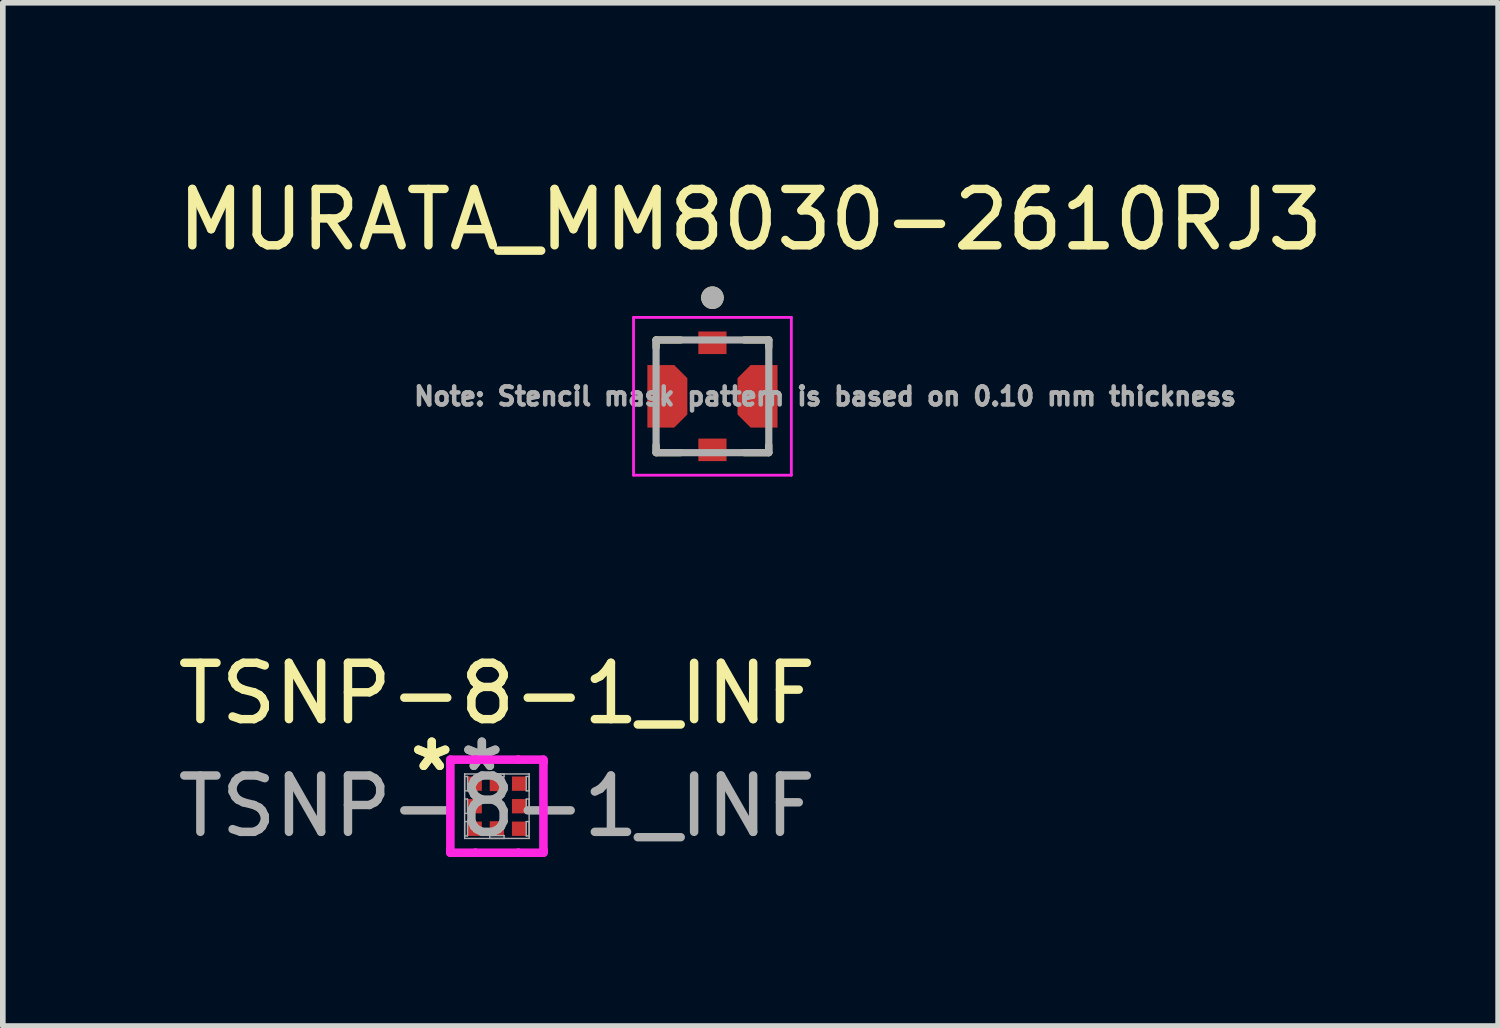
<source format=kicad_pcb>
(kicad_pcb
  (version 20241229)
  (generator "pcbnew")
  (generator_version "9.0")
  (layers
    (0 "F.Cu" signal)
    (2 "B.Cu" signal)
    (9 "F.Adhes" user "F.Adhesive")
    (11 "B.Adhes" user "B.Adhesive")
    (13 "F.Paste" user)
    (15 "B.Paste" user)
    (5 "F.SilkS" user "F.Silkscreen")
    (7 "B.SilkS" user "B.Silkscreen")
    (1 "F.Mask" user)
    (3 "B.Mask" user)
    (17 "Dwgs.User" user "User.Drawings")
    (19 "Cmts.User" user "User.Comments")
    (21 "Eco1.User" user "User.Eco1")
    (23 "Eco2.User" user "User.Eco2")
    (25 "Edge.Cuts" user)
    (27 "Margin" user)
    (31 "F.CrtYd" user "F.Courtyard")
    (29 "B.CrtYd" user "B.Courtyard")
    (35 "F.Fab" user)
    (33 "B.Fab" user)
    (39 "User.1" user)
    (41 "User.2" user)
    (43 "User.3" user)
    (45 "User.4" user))
  (footprint "MURATA_MM8030-2610RJ3"
    (layer "F.Cu")
    (at 9.593 3.983)
    (property "Reference" "MURATA_MM8030-2610RJ3" (at 0.675 -3.135 0) (layer "F.SilkS") (effects (font (size 1 1) (thickness 0.15))))
    (attr smd)
    (fp_poly (pts (xy -0.25 -1.15) (xy 0.25 -1.15) (xy 0.25 -0.75) (xy -0.25 -0.75)) (stroke (width 0.01) (type solid)) (fill yes) (layer "F.Mask"))
    (fp_poly (pts (xy -0.25 0.75) (xy 0.25 0.75) (xy 0.25 1.15) (xy -0.25 1.15)) (stroke (width 0.01) (type solid)) (fill yes) (layer "F.Mask"))
    (fp_poly (pts (xy -1.15 -0.55) (xy -1.15 0.55) (xy -0.68 0.55) (xy -0.45 0.32) (xy -0.45 -0.32) (xy -0.68 -0.55)) (stroke (width 0.01) (type solid)) (fill yes) (layer "F.Mask"))
    (fp_poly (pts (xy 1.15 0.55) (xy 1.15 -0.55) (xy 0.68 -0.55) (xy 0.45 -0.32) (xy 0.45 0.32) (xy 0.68 0.55)) (stroke (width 0.01) (type solid)) (fill yes) (layer "F.Mask"))
    (fp_line (start -1 -1) (end -1 -0.869) (stroke (width 0.127) (type solid)) (layer "F.SilkS"))
    (fp_line (start -1 -1) (end -0.564 -1) (stroke (width 0.127) (type solid)) (layer "F.SilkS"))
    (fp_line (start -1 0.869) (end -1 1) (stroke (width 0.127) (type solid)) (layer "F.SilkS"))
    (fp_line (start -1 1) (end -0.564 1) (stroke (width 0.127) (type solid)) (layer "F.SilkS"))
    (fp_line (start 1 -1) (end 0.564 -1) (stroke (width 0.127) (type solid)) (layer "F.SilkS"))
    (fp_line (start 1 -0.869) (end 1 -1) (stroke (width 0.127) (type solid)) (layer "F.SilkS"))
    (fp_line (start 1 1) (end 0.564 1) (stroke (width 0.127) (type solid)) (layer "F.SilkS"))
    (fp_line (start 1 1) (end 1 0.869) (stroke (width 0.127) (type solid)) (layer "F.SilkS"))
    (fp_circle (center 0 -1.75) (end 0.1 -1.75) (stroke (width 0.2) (type solid)) (fill no) (layer "F.SilkS"))
    (fp_poly (pts (xy -0.165 -1.15) (xy 0.165 -1.15) (xy 0.165 -0.82) (xy -0.165 -0.82)) (stroke (width 0.01) (type solid)) (fill yes) (layer "F.Paste"))
    (fp_poly (pts (xy -0.165 0.82) (xy 0.165 0.82) (xy 0.165 1.15) (xy -0.165 1.15)) (stroke (width 0.01) (type solid)) (fill yes) (layer "F.Paste"))
    (fp_poly (pts (xy -1.1 -0.5) (xy -1.1 0.5) (xy -0.68 0.5) (xy -0.59 0.41) (xy -0.59 -0.41) (xy -0.68 -0.5)) (stroke (width 0.01) (type solid)) (fill yes) (layer "F.Paste"))
    (fp_poly (pts (xy 1.1 0.5) (xy 1.1 -0.5) (xy 0.68 -0.5) (xy 0.59 -0.41) (xy 0.59 0.41) (xy 0.68 0.5)) (stroke (width 0.01) (type solid)) (fill yes) (layer "F.Paste"))
    (fp_line (start -1.4 -1.4) (end 1.4 -1.4) (stroke (width 0.05) (type solid)) (layer "F.CrtYd"))
    (fp_line (start -1.4 1.4) (end -1.4 -1.4) (stroke (width 0.05) (type solid)) (layer "F.CrtYd"))
    (fp_line (start 1.4 -1.4) (end 1.4 1.4) (stroke (width 0.05) (type solid)) (layer "F.CrtYd"))
    (fp_line (start 1.4 1.4) (end -1.4 1.4) (stroke (width 0.05) (type solid)) (layer "F.CrtYd"))
    (fp_line (start -1 -1) (end 1 -1) (stroke (width 0.127) (type solid)) (layer "F.Fab"))
    (fp_line (start -1 1) (end -1 -1) (stroke (width 0.127) (type solid)) (layer "F.Fab"))
    (fp_line (start 1 -1) (end 1 1) (stroke (width 0.127) (type solid)) (layer "F.Fab"))
    (fp_line (start 1 1) (end -1 1) (stroke (width 0.127) (type solid)) (layer "F.Fab"))
    (fp_circle (center 0 -1.75) (end 0.1 -1.75) (stroke (width 0.2) (type solid)) (fill no) (layer "F.Fab"))
    (fp_text user "Note: Stencil mask pattern is based on 0.10 mm thickness" (at 2 0 0) (layer "F.Fab") (effects (font (size 0.32 0.32) (thickness 0.15))))
    (pad "1" smd rect (at 0 -0.95) (size 0.5 0.4) (layers "F.Cu"))
    (pad "2" smd rect (at 0 0.95) (size 0.5 0.4) (layers "F.Cu"))
    (pad "3" smd custom (at -0.85 0) (size 0.5 0.5) (layers "F.Cu") (options (anchor rect)) (primitives (gr_poly (pts (xy -0.3 -0.55) (xy -0.3 0.55) (xy 0.17 0.55) (xy 0.4 0.32) (xy 0.4 -0.32) (xy 0.17 -0.55)) (width 0.01) (fill yes))))
    (pad "4" smd custom (at 0.85 0) (size 0.5 0.5) (layers "F.Cu") (options (anchor rect)) (primitives (gr_poly (pts (xy 0.3 0.55) (xy 0.3 -0.55) (xy -0.17 -0.55) (xy -0.4 -0.32) (xy -0.4 0.32) (xy -0.17 0.55)) (width 0.01) (fill yes)))))
  (footprint "TSNP-8-1_INF"
    (layer "F.Cu")
    (at 5.768 11.257)
    (property "Reference" "TSNP-8-1_INF" (at 0 -2 0) (unlocked yes) (layer "F.SilkS") (effects (font (size 1 1) (thickness 0.15))))
    (attr smd)
    (fp_line (start -0.826 -0.826) (end -0.381 -0.826) (stroke (width 0.152) (type solid)) (layer "F.CrtYd"))
    (fp_line (start -0.826 -0.781) (end -0.826 -0.826) (stroke (width 0.152) (type solid)) (layer "F.CrtYd"))
    (fp_line (start -0.826 -0.781) (end -0.826 -0.781) (stroke (width 0.152) (type solid)) (layer "F.CrtYd"))
    (fp_line (start -0.826 0.781) (end -0.826 -0.781) (stroke (width 0.152) (type solid)) (layer "F.CrtYd"))
    (fp_line (start -0.826 0.781) (end -0.826 0.781) (stroke (width 0.152) (type solid)) (layer "F.CrtYd"))
    (fp_line (start -0.826 0.826) (end -0.826 0.781) (stroke (width 0.152) (type solid)) (layer "F.CrtYd"))
    (fp_line (start -0.381 -0.826) (end -0.381 -0.826) (stroke (width 0.152) (type solid)) (layer "F.CrtYd"))
    (fp_line (start -0.381 -0.826) (end 0.381 -0.826) (stroke (width 0.152) (type solid)) (layer "F.CrtYd"))
    (fp_line (start -0.381 0.826) (end -0.826 0.826) (stroke (width 0.152) (type solid)) (layer "F.CrtYd"))
    (fp_line (start -0.381 0.826) (end -0.381 0.826) (stroke (width 0.152) (type solid)) (layer "F.CrtYd"))
    (fp_line (start 0.381 -0.826) (end 0.381 -0.826) (stroke (width 0.152) (type solid)) (layer "F.CrtYd"))
    (fp_line (start 0.381 -0.826) (end 0.826 -0.826) (stroke (width 0.152) (type solid)) (layer "F.CrtYd"))
    (fp_line (start 0.381 0.826) (end -0.381 0.826) (stroke (width 0.152) (type solid)) (layer "F.CrtYd"))
    (fp_line (start 0.381 0.826) (end 0.381 0.826) (stroke (width 0.152) (type solid)) (layer "F.CrtYd"))
    (fp_line (start 0.826 -0.826) (end 0.826 -0.781) (stroke (width 0.152) (type solid)) (layer "F.CrtYd"))
    (fp_line (start 0.826 -0.781) (end 0.826 -0.781) (stroke (width 0.152) (type solid)) (layer "F.CrtYd"))
    (fp_line (start 0.826 -0.781) (end 0.826 0.781) (stroke (width 0.152) (type solid)) (layer "F.CrtYd"))
    (fp_line (start 0.826 0.781) (end 0.826 0.781) (stroke (width 0.152) (type solid)) (layer "F.CrtYd"))
    (fp_line (start 0.826 0.781) (end 0.826 0.826) (stroke (width 0.152) (type solid)) (layer "F.CrtYd"))
    (fp_line (start 0.826 0.826) (end 0.381 0.826) (stroke (width 0.152) (type solid)) (layer "F.CrtYd"))
    (fp_line (start -0.572 -0.572) (end -0.572 -0.572) (stroke (width 0.025) (type solid)) (layer "F.Fab"))
    (fp_line (start -0.572 -0.572) (end -0.572 0.572) (stroke (width 0.025) (type solid)) (layer "F.Fab"))
    (fp_line (start -0.572 -0.527) (end -0.521 -0.527) (stroke (width 0.025) (type solid)) (layer "F.Fab"))
    (fp_line (start -0.572 -0.273) (end -0.572 -0.527) (stroke (width 0.025) (type solid)) (layer "F.Fab"))
    (fp_line (start -0.572 -0.127) (end -0.521 -0.127) (stroke (width 0.025) (type solid)) (layer "F.Fab"))
    (fp_line (start -0.572 0.127) (end -0.572 -0.127) (stroke (width 0.025) (type solid)) (layer "F.Fab"))
    (fp_line (start -0.572 0.273) (end -0.521 0.273) (stroke (width 0.025) (type solid)) (layer "F.Fab"))
    (fp_line (start -0.572 0.527) (end -0.572 0.273) (stroke (width 0.025) (type solid)) (layer "F.Fab"))
    (fp_line (start -0.572 0.572) (end -0.572 0.572) (stroke (width 0.025) (type solid)) (layer "F.Fab"))
    (fp_line (start -0.572 0.572) (end 0.572 0.572) (stroke (width 0.025) (type solid)) (layer "F.Fab"))
    (fp_line (start -0.521 -0.527) (end -0.521 -0.273) (stroke (width 0.025) (type solid)) (layer "F.Fab"))
    (fp_line (start -0.521 -0.273) (end -0.572 -0.273) (stroke (width 0.025) (type solid)) (layer "F.Fab"))
    (fp_line (start -0.521 -0.127) (end -0.521 0.127) (stroke (width 0.025) (type solid)) (layer "F.Fab"))
    (fp_line (start -0.521 0.127) (end -0.572 0.127) (stroke (width 0.025) (type solid)) (layer "F.Fab"))
    (fp_line (start -0.521 0.273) (end -0.521 0.527) (stroke (width 0.025) (type solid)) (layer "F.Fab"))
    (fp_line (start -0.521 0.527) (end -0.572 0.527) (stroke (width 0.025) (type solid)) (layer "F.Fab"))
    (fp_line (start -0.127 -0.572) (end 0.127 -0.572) (stroke (width 0.025) (type solid)) (layer "F.Fab"))
    (fp_line (start -0.127 -0.521) (end -0.127 -0.572) (stroke (width 0.025) (type solid)) (layer "F.Fab"))
    (fp_line (start -0.127 0.521) (end 0.127 0.521) (stroke (width 0.025) (type solid)) (layer "F.Fab"))
    (fp_line (start -0.127 0.572) (end -0.127 0.521) (stroke (width 0.025) (type solid)) (layer "F.Fab"))
    (fp_line (start 0.127 -0.572) (end 0.127 -0.521) (stroke (width 0.025) (type solid)) (layer "F.Fab"))
    (fp_line (start 0.127 -0.521) (end -0.127 -0.521) (stroke (width 0.025) (type solid)) (layer "F.Fab"))
    (fp_line (start 0.127 0.521) (end 0.127 0.572) (stroke (width 0.025) (type solid)) (layer "F.Fab"))
    (fp_line (start 0.127 0.572) (end -0.127 0.572) (stroke (width 0.025) (type solid)) (layer "F.Fab"))
    (fp_line (start 0.521 -0.527) (end 0.572 -0.527) (stroke (width 0.025) (type solid)) (layer "F.Fab"))
    (fp_line (start 0.521 -0.273) (end 0.521 -0.527) (stroke (width 0.025) (type solid)) (layer "F.Fab"))
    (fp_line (start 0.521 -0.127) (end 0.572 -0.127) (stroke (width 0.025) (type solid)) (layer "F.Fab"))
    (fp_line (start 0.521 0.127) (end 0.521 -0.127) (stroke (width 0.025) (type solid)) (layer "F.Fab"))
    (fp_line (start 0.521 0.273) (end 0.572 0.273) (stroke (width 0.025) (type solid)) (layer "F.Fab"))
    (fp_line (start 0.521 0.527) (end 0.521 0.273) (stroke (width 0.025) (type solid)) (layer "F.Fab"))
    (fp_line (start 0.572 -0.572) (end -0.572 -0.572) (stroke (width 0.025) (type solid)) (layer "F.Fab"))
    (fp_line (start 0.572 -0.572) (end 0.572 -0.572) (stroke (width 0.025) (type solid)) (layer "F.Fab"))
    (fp_line (start 0.572 -0.527) (end 0.572 -0.273) (stroke (width 0.025) (type solid)) (layer "F.Fab"))
    (fp_line (start 0.572 -0.273) (end 0.521 -0.273) (stroke (width 0.025) (type solid)) (layer "F.Fab"))
    (fp_line (start 0.572 -0.127) (end 0.572 0.127) (stroke (width 0.025) (type solid)) (layer "F.Fab"))
    (fp_line (start 0.572 0.127) (end 0.521 0.127) (stroke (width 0.025) (type solid)) (layer "F.Fab"))
    (fp_line (start 0.572 0.273) (end 0.572 0.527) (stroke (width 0.025) (type solid)) (layer "F.Fab"))
    (fp_line (start 0.572 0.527) (end 0.521 0.527) (stroke (width 0.025) (type solid)) (layer "F.Fab"))
    (fp_line (start 0.572 0.572) (end 0.572 -0.572) (stroke (width 0.025) (type solid)) (layer "F.Fab"))
    (fp_line (start 0.572 0.572) (end 0.572 0.572) (stroke (width 0.025) (type solid)) (layer "F.Fab"))
    (fp_text user "*" (at -1.156 -0.6 0) (layer "F.SilkS") (effects (font (size 1 1) (thickness 0.15))))
    (fp_text user "*" (at -1.156 -0.6 0) (unlocked yes) (layer "F.SilkS") (effects (font (size 1 1) (thickness 0.15))))
    (fp_text user "${REFERENCE}" (at 0 0 0) (unlocked yes) (layer "F.Fab") (effects (font (size 1 1) (thickness 0.15))))
    (fp_text user "*" (at -0.267 -0.6 0) (layer "F.Fab") (effects (font (size 1 1) (thickness 0.15))))
    (fp_text user "*" (at -0.267 -0.6 0) (unlocked yes) (layer "F.Fab") (effects (font (size 1 1) (thickness 0.15))))
    (pad "1" smd rect (at -0.394 -0.4 90) (size 0.254 0.254) (layers "F.Cu" "F.Mask" "F.Paste"))
    (pad "2" smd rect (at -0.394 0 90) (size 0.254 0.254) (layers "F.Cu" "F.Mask" "F.Paste"))
    (pad "3" smd rect (at -0.394 0.4 90) (size 0.254 0.254) (layers "F.Cu" "F.Mask" "F.Paste"))
    (pad "4" smd rect (at 0 0.394) (size 0.254 0.254) (layers "F.Cu" "F.Mask" "F.Paste"))
    (pad "5" smd rect (at 0.394 0.4 90) (size 0.254 0.254) (layers "F.Cu" "F.Mask" "F.Paste"))
    (pad "6" smd rect (at 0.394 0 90) (size 0.254 0.254) (layers "F.Cu" "F.Mask" "F.Paste"))
    (pad "7" smd rect (at 0.394 -0.4 90) (size 0.254 0.254) (layers "F.Cu" "F.Mask" "F.Paste"))
    (pad "8" smd rect (at 0 -0.394) (size 0.254 0.254) (layers "F.Cu" "F.Mask" "F.Paste")))
  (gr_rect
    (start -3 -3)
    (end 23.536 15.158)
    (stroke (width 0.1) (type default))
    (fill no)
    (layer "Edge.Cuts")))
</source>
